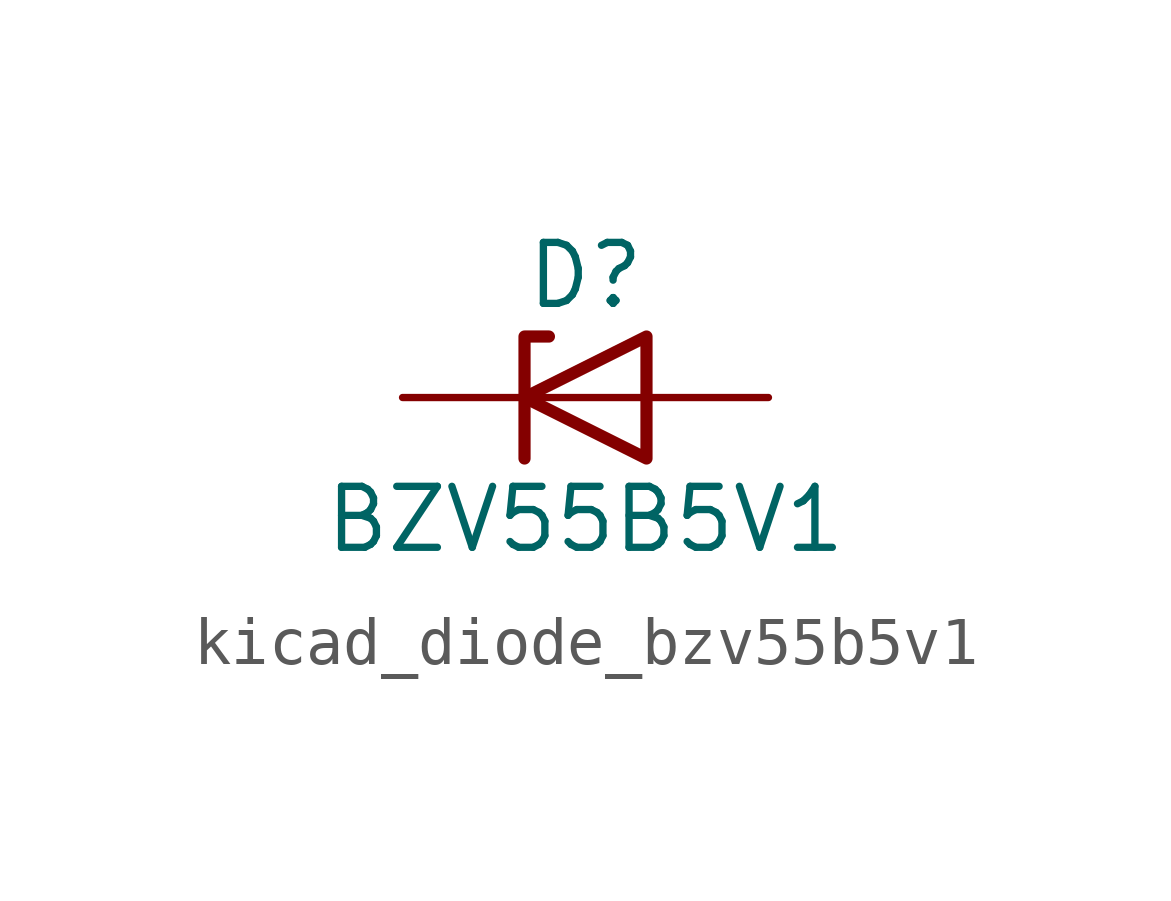
<source format=kicad_sym>
(kicad_symbol_lib
  (version 20220914)
  (generator kicad_symbol_editor)
  (symbol "kicad_diode_bzv55b5v1"
    (pin_numbers hide)
    (pin_names hide)
    (property "Reference" "D"
      (at 0 2.54 0)
      (effects (font (size 1.27 1.27))))
    (property "Value" "BZV55B5V1"
      (at 0 -2.54 0)
      (effects (font (size 1.27 1.27))))
    (symbol "kicad_diode_bzv55b5v1_0_1"
      (polyline (pts (xy 1.27 0) (xy -1.27 0)) (stroke (width 0) (type default)) (fill (type none)))
      (polyline (pts (xy -1.27 -1.27) (xy -1.27 1.27) (xy -0.762 1.27)) (stroke (width 0.254) (type default)) (fill (type none)))
      (polyline (pts (xy 1.27 -1.27) (xy 1.27 1.27) (xy -1.27 0) (xy 1.27 -1.27)) (stroke (width 0.254) (type default)) (fill (type none))))
    (symbol "kicad_diode_bzv55b5v1_1_1"
      (pin passive line (at -3.81 0 0) (length 2.54) (name "K" (effects (font (size 1.27 1.27)))) (number "1" (effects (font (size 1.27 1.27)))))
      (pin passive line (at 3.81 0 180) (length 2.54) (name "A" (effects (font (size 1.27 1.27)))) (number "2" (effects (font (size 1.27 1.27))))))))
</source>
